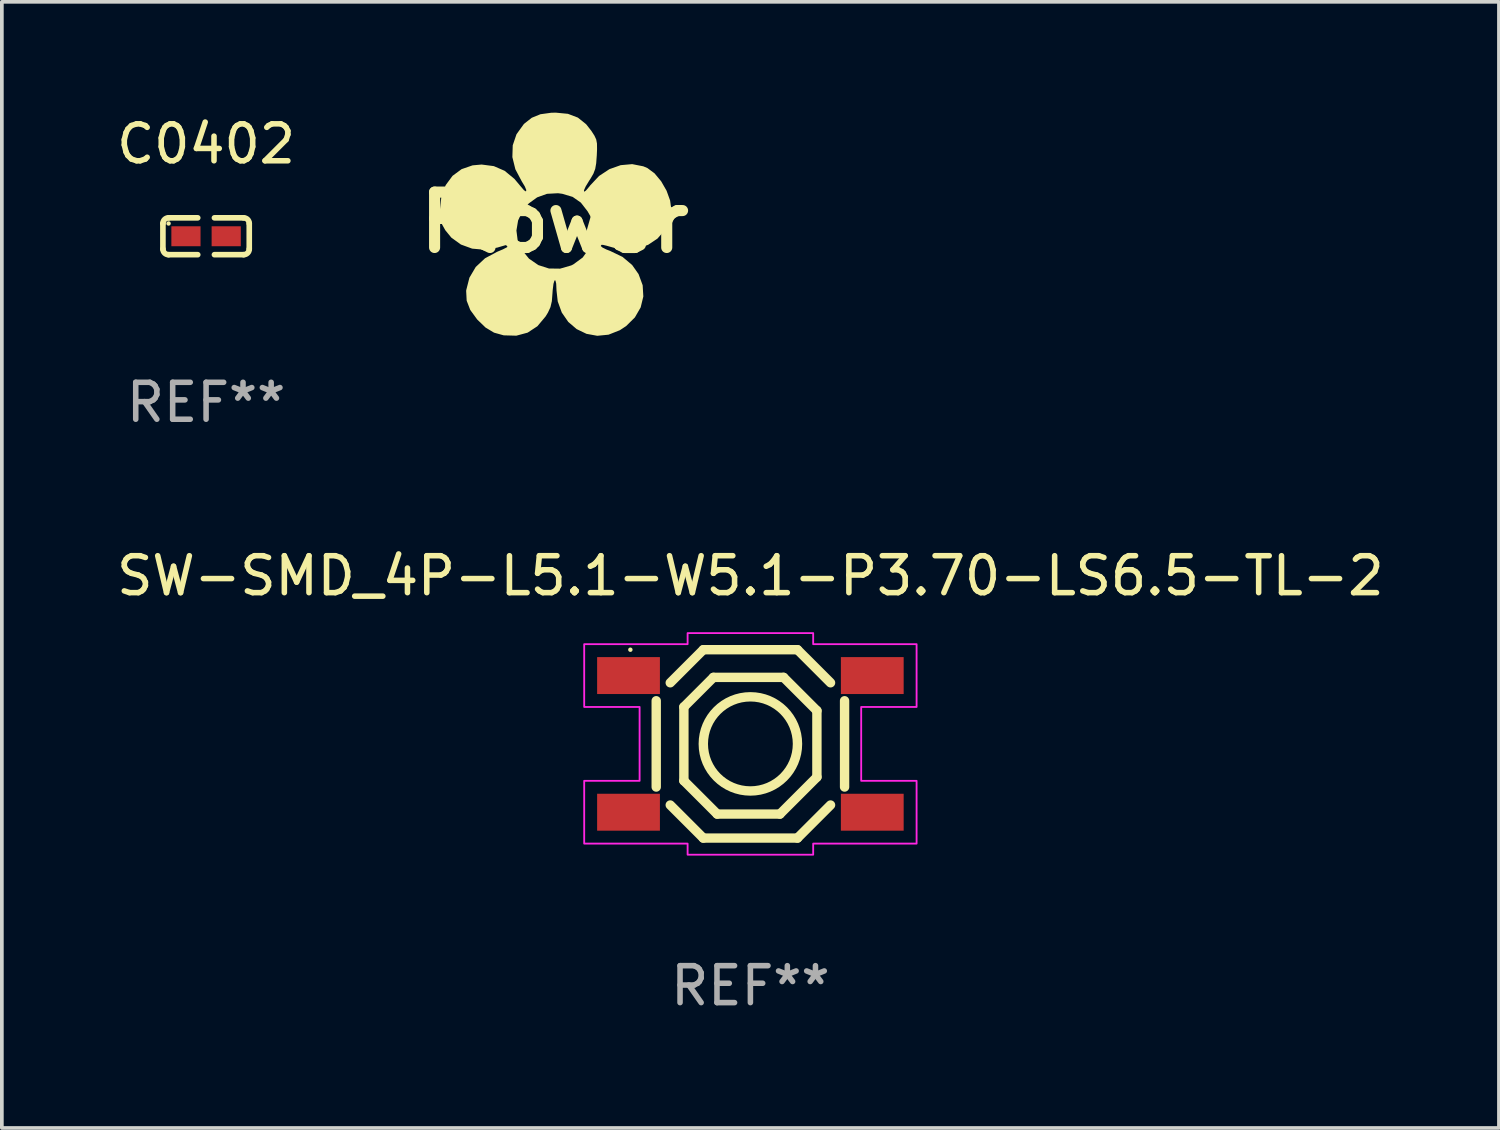
<source format=kicad_pcb>
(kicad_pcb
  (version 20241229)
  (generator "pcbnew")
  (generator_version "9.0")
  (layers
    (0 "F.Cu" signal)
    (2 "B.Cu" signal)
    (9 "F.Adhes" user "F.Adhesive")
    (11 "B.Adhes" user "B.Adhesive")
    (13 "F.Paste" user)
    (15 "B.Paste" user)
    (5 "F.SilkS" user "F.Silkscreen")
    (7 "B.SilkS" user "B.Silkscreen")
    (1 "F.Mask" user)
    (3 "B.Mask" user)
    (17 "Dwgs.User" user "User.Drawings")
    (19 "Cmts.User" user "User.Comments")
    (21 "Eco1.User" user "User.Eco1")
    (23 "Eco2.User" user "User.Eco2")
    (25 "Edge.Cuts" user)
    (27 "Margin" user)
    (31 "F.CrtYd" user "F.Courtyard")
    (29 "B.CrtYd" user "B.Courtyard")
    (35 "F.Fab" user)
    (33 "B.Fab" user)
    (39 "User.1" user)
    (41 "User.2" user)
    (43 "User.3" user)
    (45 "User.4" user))
  (footprint "C0402"
    (layer "F.Cu")
    (at 2.53 3.347)
    (property "Reference" "C0402" (at 0 -2.499 0) (layer "F.SilkS") (effects (font (size 1 1) (thickness 0.15))))
    (attr smd)
    (fp_line (start -1.169 0.346) (end -1.169 -0.346) (stroke (width 0.152) (type solid)) (layer "F.SilkS"))
    (fp_line (start -1.016 -0.499) (end -0.226 -0.499) (stroke (width 0.152) (type solid)) (layer "F.SilkS"))
    (fp_line (start -0.226 0.499) (end -1.016 0.499) (stroke (width 0.152) (type solid)) (layer "F.SilkS"))
    (fp_line (start 0.226 0.499) (end 1.016 0.499) (stroke (width 0.152) (type solid)) (layer "F.SilkS"))
    (fp_line (start 1.016 -0.499) (end 0.226 -0.499) (stroke (width 0.152) (type solid)) (layer "F.SilkS"))
    (fp_line (start 1.169 0.346) (end 1.169 -0.346) (stroke (width 0.152) (type solid)) (layer "F.SilkS"))
    (fp_arc (start -1.168707 -0.346203) (mid -1.12407 -0.453966) (end -1.016307 -0.498603) (stroke (width 0.1524) (type solid)) (layer "F.SilkS"))
    (fp_arc (start -1.016307 0.498603) (mid -1.12407 0.453966) (end -1.168707 0.346203) (stroke (width 0.1524) (type solid)) (layer "F.SilkS"))
    (fp_arc (start 1.016307 -0.498603) (mid 1.12407 -0.453966) (end 1.168707 -0.346203) (stroke (width 0.1524) (type solid)) (layer "F.SilkS"))
    (fp_arc (start 1.168707 0.346203) (mid 1.12407 0.453966) (end 1.016307 0.498603) (stroke (width 0.1524) (type solid)) (layer "F.SilkS"))
    (fp_circle (center -1.016 -0.346) (end -0.986 -0.346) (stroke (width 0.06) (type solid)) (fill no) (layer "F.SilkS"))
    (fp_text user "REF**" (at 0 4.499 0) (layer "F.Fab") (effects (font (size 1 1) (thickness 0.15))))
    (pad "1" smd rect (at -0.545 0) (size 0.79 0.54) (layers "F.Cu" "F.Mask" "F.Paste"))
    (pad "2" smd rect (at 0.545 0) (size 0.79 0.54) (layers "F.Cu" "F.Mask" "F.Paste")))
  (footprint "SW-SMD_4P-L5.1-W5.1-P3.70-LS6.5-TL-2"
    (layer "F.Cu")
    (at 17.268 17.092)
    (property "Reference" "SW-SMD_4P-L5.1-W5.1-P3.70-LS6.5-TL-2" (at 0 -4.55 0) (layer "F.SilkS") (effects (font (size 1 1) (thickness 0.15))))
    (attr smd)
    (fp_line (start -2.55 -1.168) (end -2.55 1.168) (stroke (width 0.254) (type solid)) (layer "F.SilkS"))
    (fp_line (start -2.17 1.655) (end -1.275 2.55) (stroke (width 0.254) (type solid)) (layer "F.SilkS"))
    (fp_line (start -1.801 -1.001) (end -1.001 -1.801) (stroke (width 0.254) (type solid)) (layer "F.SilkS"))
    (fp_line (start -1.801 0.998) (end -1.801 -1.001) (stroke (width 0.254) (type solid)) (layer "F.SilkS"))
    (fp_line (start -1.275 -2.55) (end -2.17 -1.655) (stroke (width 0.254) (type solid)) (layer "F.SilkS"))
    (fp_line (start -1.275 -2.55) (end 1.275 -2.55) (stroke (width 0.254) (type solid)) (layer "F.SilkS"))
    (fp_line (start -1.275 2.55) (end 1.275 2.55) (stroke (width 0.254) (type solid)) (layer "F.SilkS"))
    (fp_line (start -1.001 -1.801) (end 0.899 -1.801) (stroke (width 0.254) (type solid)) (layer "F.SilkS"))
    (fp_line (start -0.899 1.9) (end -1.801 0.998) (stroke (width 0.254) (type solid)) (layer "F.SilkS"))
    (fp_line (start 0.8 1.9) (end -0.899 1.9) (stroke (width 0.254) (type solid)) (layer "F.SilkS"))
    (fp_line (start 0.899 -1.801) (end 1.801 -0.899) (stroke (width 0.254) (type solid)) (layer "F.SilkS"))
    (fp_line (start 1.275 -2.55) (end 2.17 -1.655) (stroke (width 0.254) (type solid)) (layer "F.SilkS"))
    (fp_line (start 1.801 -0.899) (end 1.801 0.899) (stroke (width 0.254) (type solid)) (layer "F.SilkS"))
    (fp_line (start 1.801 0.899) (end 0.8 1.9) (stroke (width 0.254) (type solid)) (layer "F.SilkS"))
    (fp_line (start 2.17 1.655) (end 1.275 2.55) (stroke (width 0.254) (type solid)) (layer "F.SilkS"))
    (fp_line (start 2.55 -1.168) (end 2.55 1.168) (stroke (width 0.254) (type solid)) (layer "F.SilkS"))
    (fp_circle (center -3.25 -2.55) (end -3.22 -2.55) (stroke (width 0.06) (type solid)) (fill no) (layer "F.SilkS"))
    (fp_circle (center 0 0) (end 1.275 0) (stroke (width 0.254) (type solid)) (fill no) (layer "F.SilkS"))
    (fp_poly (pts (xy -4.5 -2.7) (xy -1.7 -2.7) (xy -1.7 -3) (xy 1.7 -3) (xy 1.7 -2.7) (xy 4.5 -2.7) (xy 4.5 -1) (xy 3 -1) (xy 3 1) (xy 4.5 1) (xy 4.5 2.7) (xy 1.7 2.7) (xy 1.7 3) (xy -1.7 3) (xy -1.7 2.7) (xy -4.5 2.7) (xy -4.5 1) (xy -3 1) (xy -3 -1) (xy -4.5 -1)) (stroke (width 0.05) (type solid)) (fill no) (layer "F.CrtYd"))
    (fp_text user "REF**" (at 0 6.55 0) (layer "F.Fab") (effects (font (size 1 1) (thickness 0.15))))
    (pad "1" smd rect (at -3.3 -1.85) (size 1.7 1) (layers "F.Cu" "F.Mask" "F.Paste"))
    (pad "1" smd rect (at 3.3 -1.85) (size 1.7 1) (layers "F.Cu" "F.Mask" "F.Paste"))
    (pad "2" smd rect (at -3.3 1.85) (size 1.7 1) (layers "F.Cu" "F.Mask" "F.Paste"))
    (pad "2" smd rect (at 3.3 1.85) (size 1.7 1) (layers "F.Cu" "F.Mask" "F.Paste")))
  (footprint "Flower"
    (layer "F.Cu")
    (at 11.967 2.973)
    (property "Reference" "Flower" (at 0 0 0) (layer "F.SilkS") (effects (font (size 1.5 1.5) (thickness 0.3))))
    (attr board_only exclude_from_pos_files exclude_from_bom)
    (fp_poly (pts (xy 0.361 -2.941) (xy 0.629 -2.839) (xy 0.853 -2.66) (xy 0.995 -2.479) (xy 1.078 -2.35) (xy 1.126 -2.247) (xy 1.147 -2.136) (xy 1.149 -1.984) (xy 1.142 -1.819) (xy 1.126 -1.603) (xy 1.099 -1.449) (xy 1.05 -1.32) (xy 0.968 -1.179) (xy 0.939 -1.136) (xy 0.842 -0.976) (xy 0.795 -0.871) (xy 0.798 -0.831) (xy 0.848 -0.863) (xy 0.943 -0.975) (xy 0.965 -1.004) (xy 1.203 -1.258) (xy 1.484 -1.443) (xy 1.789 -1.551) (xy 2.1 -1.579) (xy 2.401 -1.52) (xy 2.512 -1.473) (xy 2.706 -1.329) (xy 2.885 -1.114) (xy 3.031 -0.86) (xy 3.127 -0.595) (xy 3.156 -0.379) (xy 3.11 -0.065) (xy 2.982 0.211) (xy 2.785 0.437) (xy 2.532 0.606) (xy 2.238 0.709) (xy 1.914 0.736) (xy 1.59 0.682) (xy 1.414 0.632) (xy 1.313 0.608) (xy 1.266 0.608) (xy 1.253 0.63) (xy 1.252 0.641) (xy 1.295 0.679) (xy 1.406 0.734) (xy 1.502 0.771) (xy 1.839 0.933) (xy 2.099 1.152) (xy 2.273 1.399) (xy 2.384 1.7) (xy 2.402 2.005) (xy 2.33 2.3) (xy 2.173 2.572) (xy 1.936 2.806) (xy 1.766 2.918) (xy 1.46 3.039) (xy 1.155 3.069) (xy 0.863 3.016) (xy 0.597 2.888) (xy 0.37 2.694) (xy 0.194 2.44) (xy 0.084 2.137) (xy 0.051 1.841) (xy 0.043 1.658) (xy 0.022 1.57) (xy -0.004 1.572) (xy -0.031 1.661) (xy -0.052 1.832) (xy -0.058 1.918) (xy -0.075 2.133) (xy -0.112 2.292) (xy -0.18 2.44) (xy -0.245 2.546) (xy -0.466 2.81) (xy -0.731 2.984) (xy -1.036 3.066) (xy -1.378 3.057) (xy -1.64 2.984) (xy -1.87 2.846) (xy -2.096 2.628) (xy -2.284 2.37) (xy -2.381 2.119) (xy -2.395 1.856) (xy -2.393 1.833) (xy -2.307 1.496) (xy -2.136 1.206) (xy -1.884 0.97) (xy -1.559 0.796) (xy -1.557 0.795) (xy -1.401 0.729) (xy -1.292 0.673) (xy -1.252 0.639) (xy -1.254 0.614) (xy -1.275 0.606) (xy -1.337 0.618) (xy -1.461 0.654) (xy -1.556 0.682) (xy -1.9 0.739) (xy -2.233 0.709) (xy -2.537 0.598) (xy -2.796 0.411) (xy -2.953 0.219) (xy -1.034 0.219) (xy -0.999 0.497) (xy -0.899 0.727) (xy -0.694 0.98) (xy -0.44 1.155) (xy -0.154 1.247) (xy 0.148 1.251) (xy 0.45 1.164) (xy 0.506 1.136) (xy 0.761 0.949) (xy 0.936 0.704) (xy 1.029 0.404) (xy 1.041 0.287) (xy 1.045 0.101) (xy 1.025 -0.036) (xy 0.967 -0.172) (xy 0.893 -0.301) (xy 0.71 -0.537) (xy 0.488 -0.692) (xy 0.207 -0.776) (xy 0.091 -0.791) (xy -0.206 -0.775) (xy -0.473 -0.679) (xy -0.698 -0.516) (xy -0.874 -0.302) (xy -0.989 -0.052) (xy -1.034 0.219) (xy -2.953 0.219) (xy -2.96 0.211) (xy -3.047 0.054) (xy -3.091 -0.094) (xy -3.106 -0.281) (xy -3.106 -0.337) (xy -3.066 -0.7) (xy -2.949 -1.011) (xy -2.764 -1.262) (xy -2.519 -1.443) (xy -2.221 -1.546) (xy -1.977 -1.568) (xy -1.646 -1.525) (xy -1.353 -1.398) (xy -1.089 -1.18) (xy -0.924 -0.983) (xy -0.828 -0.871) (xy -0.775 -0.839) (xy -0.767 -0.878) (xy -0.808 -0.977) (xy -0.89 -1.113) (xy -1.063 -1.44) (xy -1.144 -1.769) (xy -1.134 -2.089) (xy -1.032 -2.388) (xy -0.84 -2.655) (xy -0.821 -2.675) (xy -0.619 -2.834) (xy -0.384 -2.93) (xy -0.092 -2.97) (xy 0.03 -2.973)) (stroke (width 0) (type solid)) (fill yes) (layer "F.SilkS")))
  (gr_rect
    (start -3 -3)
    (end 37.536 27.491)
    (stroke (width 0.1) (type default))
    (fill no)
    (layer "Edge.Cuts")))
</source>
